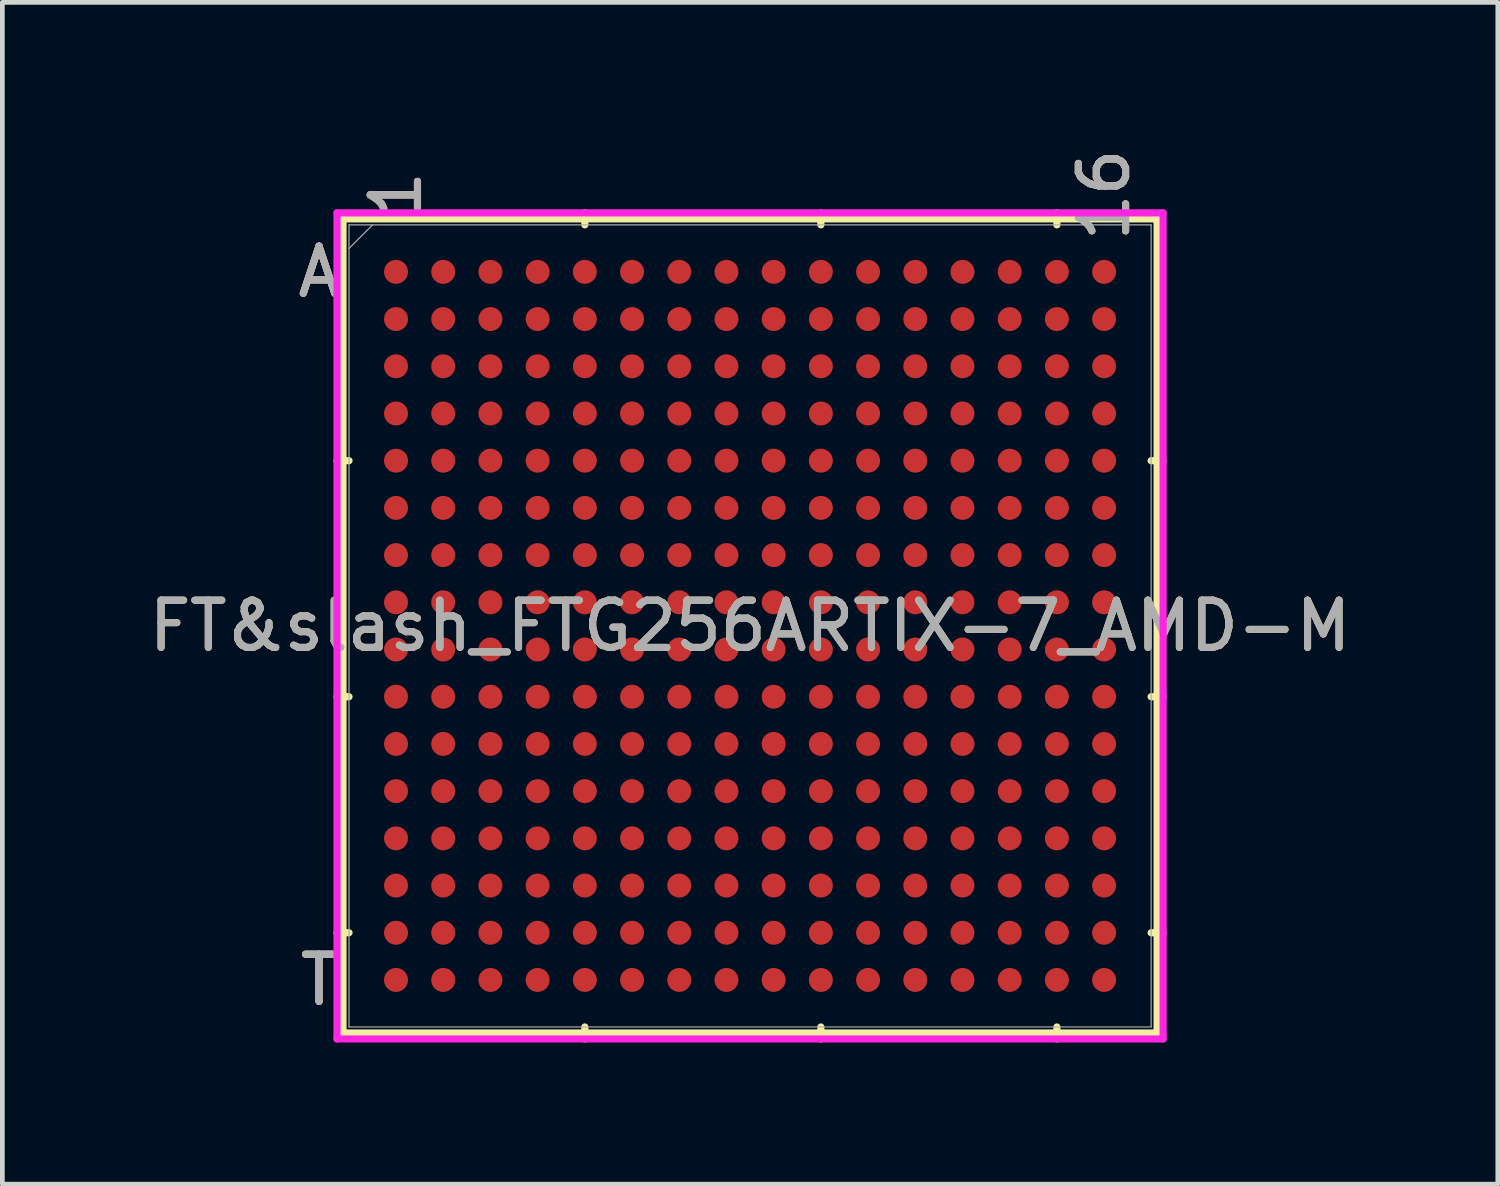
<source format=kicad_pcb>
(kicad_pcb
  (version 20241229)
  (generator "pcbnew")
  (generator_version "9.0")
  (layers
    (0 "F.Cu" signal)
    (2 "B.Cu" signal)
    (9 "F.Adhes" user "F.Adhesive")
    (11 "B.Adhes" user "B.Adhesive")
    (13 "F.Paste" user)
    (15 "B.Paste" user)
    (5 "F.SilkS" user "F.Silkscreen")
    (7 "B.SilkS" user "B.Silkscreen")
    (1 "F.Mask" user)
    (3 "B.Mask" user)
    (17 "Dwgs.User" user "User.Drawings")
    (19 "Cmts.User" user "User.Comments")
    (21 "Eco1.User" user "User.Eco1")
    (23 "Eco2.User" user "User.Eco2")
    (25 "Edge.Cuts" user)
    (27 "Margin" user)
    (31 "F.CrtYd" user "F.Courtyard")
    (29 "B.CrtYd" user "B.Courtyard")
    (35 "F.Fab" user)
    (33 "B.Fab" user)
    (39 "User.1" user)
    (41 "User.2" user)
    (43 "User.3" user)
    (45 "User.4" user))
  (footprint "FT&slash_FTG256ARTIX-7_AMD-M"
    (layer "F.Cu")
    (at 12.839 10.209)
    (property "Reference" "FT&slash_FTG256ARTIX-7_AMD-M" (at 0 0 0) (unlocked yes) (layer "F.SilkS") (effects (font (size 1 1) (thickness 0.15))))
    (attr smd)
    (fp_line (start -8.623 -8.623) (end -8.623 8.623) (stroke (width 0.152) (type solid)) (layer "F.SilkS"))
    (fp_line (start -8.623 8.623) (end 8.623 8.623) (stroke (width 0.152) (type solid)) (layer "F.SilkS"))
    (fp_line (start -8.496 -3.5) (end -8.75 -3.5) (stroke (width 0.152) (type solid)) (layer "F.SilkS"))
    (fp_line (start -8.496 1.5) (end -8.75 1.5) (stroke (width 0.152) (type solid)) (layer "F.SilkS"))
    (fp_line (start -8.496 6.5) (end -8.75 6.5) (stroke (width 0.152) (type solid)) (layer "F.SilkS"))
    (fp_line (start -3.5 -8.496) (end -3.5 -8.75) (stroke (width 0.152) (type solid)) (layer "F.SilkS"))
    (fp_line (start -3.5 8.496) (end -3.5 8.75) (stroke (width 0.152) (type solid)) (layer "F.SilkS"))
    (fp_line (start 1.5 -8.496) (end 1.5 -8.75) (stroke (width 0.152) (type solid)) (layer "F.SilkS"))
    (fp_line (start 1.5 8.496) (end 1.5 8.75) (stroke (width 0.152) (type solid)) (layer "F.SilkS"))
    (fp_line (start 6.5 -8.496) (end 6.5 -8.75) (stroke (width 0.152) (type solid)) (layer "F.SilkS"))
    (fp_line (start 6.5 8.496) (end 6.5 8.75) (stroke (width 0.152) (type solid)) (layer "F.SilkS"))
    (fp_line (start 8.496 -3.5) (end 8.75 -3.5) (stroke (width 0.152) (type solid)) (layer "F.SilkS"))
    (fp_line (start 8.496 1.5) (end 8.75 1.5) (stroke (width 0.152) (type solid)) (layer "F.SilkS"))
    (fp_line (start 8.496 6.5) (end 8.75 6.5) (stroke (width 0.152) (type solid)) (layer "F.SilkS"))
    (fp_line (start 8.623 -8.623) (end -8.623 -8.623) (stroke (width 0.152) (type solid)) (layer "F.SilkS"))
    (fp_line (start 8.623 8.623) (end 8.623 -8.623) (stroke (width 0.152) (type solid)) (layer "F.SilkS"))
    (fp_poly (pts (xy -8.508 -8.508) (xy 8.508 -8.508) (xy 8.508 8.508) (xy -8.508 8.508)) (stroke (width 0.1) (type solid)) (fill no) (layer "Eco2.User"))
    (fp_line (start -8.75 -8.75) (end 8.75 -8.75) (stroke (width 0.152) (type solid)) (layer "F.CrtYd"))
    (fp_line (start -8.75 8.75) (end -8.75 -8.75) (stroke (width 0.152) (type solid)) (layer "F.CrtYd"))
    (fp_line (start 8.75 -8.75) (end 8.75 8.75) (stroke (width 0.152) (type solid)) (layer "F.CrtYd"))
    (fp_line (start 8.75 8.75) (end -8.75 8.75) (stroke (width 0.152) (type solid)) (layer "F.CrtYd"))
    (fp_line (start -8.496 -8.496) (end -8.496 8.496) (stroke (width 0.025) (type solid)) (layer "F.Fab"))
    (fp_line (start -8.496 8.496) (end 8.496 8.496) (stroke (width 0.025) (type solid)) (layer "F.Fab"))
    (fp_line (start -7.996 -8.496) (end -8.496 -7.996) (stroke (width 0.025) (type solid)) (layer "F.Fab"))
    (fp_line (start 8.496 -8.496) (end -8.496 -8.496) (stroke (width 0.025) (type solid)) (layer "F.Fab"))
    (fp_line (start 8.496 8.496) (end 8.496 -8.496) (stroke (width 0.025) (type solid)) (layer "F.Fab"))
    (fp_text user "T" (at -9.131 7.5 0) (unlocked yes) (layer "F.SilkS") (effects (font (size 1 1) (thickness 0.15))))
    (fp_text user "1" (at -7.5 -9.131 90) (unlocked yes) (layer "F.SilkS") (effects (font (size 1 1) (thickness 0.15))))
    (fp_text user "16" (at 7.5 -9.131 90) (unlocked yes) (layer "F.SilkS") (effects (font (size 1 1) (thickness 0.15))))
    (fp_text user "A" (at -9.131 -7.5 0) (unlocked yes) (layer "F.SilkS") (effects (font (size 1 1) (thickness 0.15))))
    (fp_text user "A" (at -9.131 -7.5 0) (unlocked yes) (layer "B.SilkS") (effects (font (size 1 1) (thickness 0.15))))
    (fp_text user "T" (at -9.131 7.5 0) (unlocked yes) (layer "B.SilkS") (effects (font (size 1 1) (thickness 0.15))))
    (fp_text user "1" (at -7.5 -9.131 90) (unlocked yes) (layer "B.SilkS") (effects (font (size 1 1) (thickness 0.15))))
    (fp_text user "16" (at 7.5 -9.131 90) (unlocked yes) (layer "B.SilkS") (effects (font (size 1 1) (thickness 0.15))))
    (fp_text user "A" (at -9.131 -7.5 0) (unlocked yes) (layer "F.Fab") (effects (font (size 1 1) (thickness 0.15))))
    (fp_text user "1" (at -7.5 -9.131 90) (unlocked yes) (layer "F.Fab") (effects (font (size 1 1) (thickness 0.15))))
    (fp_text user "T" (at -9.131 7.5 0) (unlocked yes) (layer "F.Fab") (effects (font (size 1 1) (thickness 0.15))))
    (fp_text user "16" (at 7.5 -9.131 90) (unlocked yes) (layer "F.Fab") (effects (font (size 1 1) (thickness 0.15))))
    (fp_text user "${REFERENCE}" (at 0 0 0) (unlocked yes) (layer "F.Fab") (effects (font (size 1 1) (thickness 0.15))))
    (pad "A1" smd circle (at -7.5 -7.5) (size 0.508 0.508) (layers "F.Cu" "F.Mask" "F.Paste"))
    (pad "A2" smd circle (at -6.5 -7.5) (size 0.508 0.508) (layers "F.Cu" "F.Mask" "F.Paste"))
    (pad "A3" smd circle (at -5.5 -7.5) (size 0.508 0.508) (layers "F.Cu" "F.Mask" "F.Paste"))
    (pad "A4" smd circle (at -4.5 -7.5) (size 0.508 0.508) (layers "F.Cu" "F.Mask" "F.Paste"))
    (pad "A5" smd circle (at -3.5 -7.5) (size 0.508 0.508) (layers "F.Cu" "F.Mask" "F.Paste"))
    (pad "A6" smd circle (at -2.5 -7.5) (size 0.508 0.508) (layers "F.Cu" "F.Mask" "F.Paste"))
    (pad "A7" smd circle (at -1.5 -7.5) (size 0.508 0.508) (layers "F.Cu" "F.Mask" "F.Paste"))
    (pad "A8" smd circle (at -0.5 -7.5) (size 0.508 0.508) (layers "F.Cu" "F.Mask" "F.Paste"))
    (pad "A9" smd circle (at 0.5 -7.5) (size 0.508 0.508) (layers "F.Cu" "F.Mask" "F.Paste"))
    (pad "A10" smd circle (at 1.5 -7.5) (size 0.508 0.508) (layers "F.Cu" "F.Mask" "F.Paste"))
    (pad "A11" smd circle (at 2.5 -7.5) (size 0.508 0.508) (layers "F.Cu" "F.Mask" "F.Paste"))
    (pad "A12" smd circle (at 3.5 -7.5) (size 0.508 0.508) (layers "F.Cu" "F.Mask" "F.Paste"))
    (pad "A13" smd circle (at 4.5 -7.5) (size 0.508 0.508) (layers "F.Cu" "F.Mask" "F.Paste"))
    (pad "A14" smd circle (at 5.5 -7.5) (size 0.508 0.508) (layers "F.Cu" "F.Mask" "F.Paste"))
    (pad "A15" smd circle (at 6.5 -7.5) (size 0.508 0.508) (layers "F.Cu" "F.Mask" "F.Paste"))
    (pad "A16" smd circle (at 7.5 -7.5) (size 0.508 0.508) (layers "F.Cu" "F.Mask" "F.Paste"))
    (pad "B1" smd circle (at -7.5 -6.5) (size 0.508 0.508) (layers "F.Cu" "F.Mask" "F.Paste"))
    (pad "B2" smd circle (at -6.5 -6.5) (size 0.508 0.508) (layers "F.Cu" "F.Mask" "F.Paste"))
    (pad "B3" smd circle (at -5.5 -6.5) (size 0.508 0.508) (layers "F.Cu" "F.Mask" "F.Paste"))
    (pad "B4" smd circle (at -4.5 -6.5) (size 0.508 0.508) (layers "F.Cu" "F.Mask" "F.Paste"))
    (pad "B5" smd circle (at -3.5 -6.5) (size 0.508 0.508) (layers "F.Cu" "F.Mask" "F.Paste"))
    (pad "B6" smd circle (at -2.5 -6.5) (size 0.508 0.508) (layers "F.Cu" "F.Mask" "F.Paste"))
    (pad "B7" smd circle (at -1.5 -6.5) (size 0.508 0.508) (layers "F.Cu" "F.Mask" "F.Paste"))
    (pad "B8" smd circle (at -0.5 -6.5) (size 0.508 0.508) (layers "F.Cu" "F.Mask" "F.Paste"))
    (pad "B9" smd circle (at 0.5 -6.5) (size 0.508 0.508) (layers "F.Cu" "F.Mask" "F.Paste"))
    (pad "B10" smd circle (at 1.5 -6.5) (size 0.508 0.508) (layers "F.Cu" "F.Mask" "F.Paste"))
    (pad "B11" smd circle (at 2.5 -6.5) (size 0.508 0.508) (layers "F.Cu" "F.Mask" "F.Paste"))
    (pad "B12" smd circle (at 3.5 -6.5) (size 0.508 0.508) (layers "F.Cu" "F.Mask" "F.Paste"))
    (pad "B13" smd circle (at 4.5 -6.5) (size 0.508 0.508) (layers "F.Cu" "F.Mask" "F.Paste"))
    (pad "B14" smd circle (at 5.5 -6.5) (size 0.508 0.508) (layers "F.Cu" "F.Mask" "F.Paste"))
    (pad "B15" smd circle (at 6.5 -6.5) (size 0.508 0.508) (layers "F.Cu" "F.Mask" "F.Paste"))
    (pad "B16" smd circle (at 7.5 -6.5) (size 0.508 0.508) (layers "F.Cu" "F.Mask" "F.Paste"))
    (pad "C1" smd circle (at -7.5 -5.5) (size 0.508 0.508) (layers "F.Cu" "F.Mask" "F.Paste"))
    (pad "C2" smd circle (at -6.5 -5.5) (size 0.508 0.508) (layers "F.Cu" "F.Mask" "F.Paste"))
    (pad "C3" smd circle (at -5.5 -5.5) (size 0.508 0.508) (layers "F.Cu" "F.Mask" "F.Paste"))
    (pad "C4" smd circle (at -4.5 -5.5) (size 0.508 0.508) (layers "F.Cu" "F.Mask" "F.Paste"))
    (pad "C5" smd circle (at -3.5 -5.5) (size 0.508 0.508) (layers "F.Cu" "F.Mask" "F.Paste"))
    (pad "C6" smd circle (at -2.5 -5.5) (size 0.508 0.508) (layers "F.Cu" "F.Mask" "F.Paste"))
    (pad "C7" smd circle (at -1.5 -5.5) (size 0.508 0.508) (layers "F.Cu" "F.Mask" "F.Paste"))
    (pad "C8" smd circle (at -0.5 -5.5) (size 0.508 0.508) (layers "F.Cu" "F.Mask" "F.Paste"))
    (pad "C9" smd circle (at 0.5 -5.5) (size 0.508 0.508) (layers "F.Cu" "F.Mask" "F.Paste"))
    (pad "C10" smd circle (at 1.5 -5.5) (size 0.508 0.508) (layers "F.Cu" "F.Mask" "F.Paste"))
    (pad "C11" smd circle (at 2.5 -5.5) (size 0.508 0.508) (layers "F.Cu" "F.Mask" "F.Paste"))
    (pad "C12" smd circle (at 3.5 -5.5) (size 0.508 0.508) (layers "F.Cu" "F.Mask" "F.Paste"))
    (pad "C13" smd circle (at 4.5 -5.5) (size 0.508 0.508) (layers "F.Cu" "F.Mask" "F.Paste"))
    (pad "C14" smd circle (at 5.5 -5.5) (size 0.508 0.508) (layers "F.Cu" "F.Mask" "F.Paste"))
    (pad "C15" smd circle (at 6.5 -5.5) (size 0.508 0.508) (layers "F.Cu" "F.Mask" "F.Paste"))
    (pad "C16" smd circle (at 7.5 -5.5) (size 0.508 0.508) (layers "F.Cu" "F.Mask" "F.Paste"))
    (pad "D1" smd circle (at -7.5 -4.5) (size 0.508 0.508) (layers "F.Cu" "F.Mask" "F.Paste"))
    (pad "D2" smd circle (at -6.5 -4.5) (size 0.508 0.508) (layers "F.Cu" "F.Mask" "F.Paste"))
    (pad "D3" smd circle (at -5.5 -4.5) (size 0.508 0.508) (layers "F.Cu" "F.Mask" "F.Paste"))
    (pad "D4" smd circle (at -4.5 -4.5) (size 0.508 0.508) (layers "F.Cu" "F.Mask" "F.Paste"))
    (pad "D5" smd circle (at -3.5 -4.5) (size 0.508 0.508) (layers "F.Cu" "F.Mask" "F.Paste"))
    (pad "D6" smd circle (at -2.5 -4.5) (size 0.508 0.508) (layers "F.Cu" "F.Mask" "F.Paste"))
    (pad "D7" smd circle (at -1.5 -4.5) (size 0.508 0.508) (layers "F.Cu" "F.Mask" "F.Paste"))
    (pad "D8" smd circle (at -0.5 -4.5) (size 0.508 0.508) (layers "F.Cu" "F.Mask" "F.Paste"))
    (pad "D9" smd circle (at 0.5 -4.5) (size 0.508 0.508) (layers "F.Cu" "F.Mask" "F.Paste"))
    (pad "D10" smd circle (at 1.5 -4.5) (size 0.508 0.508) (layers "F.Cu" "F.Mask" "F.Paste"))
    (pad "D11" smd circle (at 2.5 -4.5) (size 0.508 0.508) (layers "F.Cu" "F.Mask" "F.Paste"))
    (pad "D12" smd circle (at 3.5 -4.5) (size 0.508 0.508) (layers "F.Cu" "F.Mask" "F.Paste"))
    (pad "D13" smd circle (at 4.5 -4.5) (size 0.508 0.508) (layers "F.Cu" "F.Mask" "F.Paste"))
    (pad "D14" smd circle (at 5.5 -4.5) (size 0.508 0.508) (layers "F.Cu" "F.Mask" "F.Paste"))
    (pad "D15" smd circle (at 6.5 -4.5) (size 0.508 0.508) (layers "F.Cu" "F.Mask" "F.Paste"))
    (pad "D16" smd circle (at 7.5 -4.5) (size 0.508 0.508) (layers "F.Cu" "F.Mask" "F.Paste"))
    (pad "E1" smd circle (at -7.5 -3.5) (size 0.508 0.508) (layers "F.Cu" "F.Mask" "F.Paste"))
    (pad "E2" smd circle (at -6.5 -3.5) (size 0.508 0.508) (layers "F.Cu" "F.Mask" "F.Paste"))
    (pad "E3" smd circle (at -5.5 -3.5) (size 0.508 0.508) (layers "F.Cu" "F.Mask" "F.Paste"))
    (pad "E4" smd circle (at -4.5 -3.5) (size 0.508 0.508) (layers "F.Cu" "F.Mask" "F.Paste"))
    (pad "E5" smd circle (at -3.5 -3.5) (size 0.508 0.508) (layers "F.Cu" "F.Mask" "F.Paste"))
    (pad "E6" smd circle (at -2.5 -3.5) (size 0.508 0.508) (layers "F.Cu" "F.Mask" "F.Paste"))
    (pad "E7" smd circle (at -1.5 -3.5) (size 0.508 0.508) (layers "F.Cu" "F.Mask" "F.Paste"))
    (pad "E8" smd circle (at -0.5 -3.5) (size 0.508 0.508) (layers "F.Cu" "F.Mask" "F.Paste"))
    (pad "E9" smd circle (at 0.5 -3.5) (size 0.508 0.508) (layers "F.Cu" "F.Mask" "F.Paste"))
    (pad "E10" smd circle (at 1.5 -3.5) (size 0.508 0.508) (layers "F.Cu" "F.Mask" "F.Paste"))
    (pad "E11" smd circle (at 2.5 -3.5) (size 0.508 0.508) (layers "F.Cu" "F.Mask" "F.Paste"))
    (pad "E12" smd circle (at 3.5 -3.5) (size 0.508 0.508) (layers "F.Cu" "F.Mask" "F.Paste"))
    (pad "E13" smd circle (at 4.5 -3.5) (size 0.508 0.508) (layers "F.Cu" "F.Mask" "F.Paste"))
    (pad "E14" smd circle (at 5.5 -3.5) (size 0.508 0.508) (layers "F.Cu" "F.Mask" "F.Paste"))
    (pad "E15" smd circle (at 6.5 -3.5) (size 0.508 0.508) (layers "F.Cu" "F.Mask" "F.Paste"))
    (pad "E16" smd circle (at 7.5 -3.5) (size 0.508 0.508) (layers "F.Cu" "F.Mask" "F.Paste"))
    (pad "F1" smd circle (at -7.5 -2.5) (size 0.508 0.508) (layers "F.Cu" "F.Mask" "F.Paste"))
    (pad "F2" smd circle (at -6.5 -2.5) (size 0.508 0.508) (layers "F.Cu" "F.Mask" "F.Paste"))
    (pad "F3" smd circle (at -5.5 -2.5) (size 0.508 0.508) (layers "F.Cu" "F.Mask" "F.Paste"))
    (pad "F4" smd circle (at -4.5 -2.5) (size 0.508 0.508) (layers "F.Cu" "F.Mask" "F.Paste"))
    (pad "F5" smd circle (at -3.5 -2.5) (size 0.508 0.508) (layers "F.Cu" "F.Mask" "F.Paste"))
    (pad "F6" smd circle (at -2.5 -2.5) (size 0.508 0.508) (layers "F.Cu" "F.Mask" "F.Paste"))
    (pad "F7" smd circle (at -1.5 -2.5) (size 0.508 0.508) (layers "F.Cu" "F.Mask" "F.Paste"))
    (pad "F8" smd circle (at -0.5 -2.5) (size 0.508 0.508) (layers "F.Cu" "F.Mask" "F.Paste"))
    (pad "F9" smd circle (at 0.5 -2.5) (size 0.508 0.508) (layers "F.Cu" "F.Mask" "F.Paste"))
    (pad "F10" smd circle (at 1.5 -2.5) (size 0.508 0.508) (layers "F.Cu" "F.Mask" "F.Paste"))
    (pad "F11" smd circle (at 2.5 -2.5) (size 0.508 0.508) (layers "F.Cu" "F.Mask" "F.Paste"))
    (pad "F12" smd circle (at 3.5 -2.5) (size 0.508 0.508) (layers "F.Cu" "F.Mask" "F.Paste"))
    (pad "F13" smd circle (at 4.5 -2.5) (size 0.508 0.508) (layers "F.Cu" "F.Mask" "F.Paste"))
    (pad "F14" smd circle (at 5.5 -2.5) (size 0.508 0.508) (layers "F.Cu" "F.Mask" "F.Paste"))
    (pad "F15" smd circle (at 6.5 -2.5) (size 0.508 0.508) (layers "F.Cu" "F.Mask" "F.Paste"))
    (pad "F16" smd circle (at 7.5 -2.5) (size 0.508 0.508) (layers "F.Cu" "F.Mask" "F.Paste"))
    (pad "G1" smd circle (at -7.5 -1.5) (size 0.508 0.508) (layers "F.Cu" "F.Mask" "F.Paste"))
    (pad "G2" smd circle (at -6.5 -1.5) (size 0.508 0.508) (layers "F.Cu" "F.Mask" "F.Paste"))
    (pad "G3" smd circle (at -5.5 -1.5) (size 0.508 0.508) (layers "F.Cu" "F.Mask" "F.Paste"))
    (pad "G4" smd circle (at -4.5 -1.5) (size 0.508 0.508) (layers "F.Cu" "F.Mask" "F.Paste"))
    (pad "G5" smd circle (at -3.5 -1.5) (size 0.508 0.508) (layers "F.Cu" "F.Mask" "F.Paste"))
    (pad "G6" smd circle (at -2.5 -1.5) (size 0.508 0.508) (layers "F.Cu" "F.Mask" "F.Paste"))
    (pad "G7" smd circle (at -1.5 -1.5) (size 0.508 0.508) (layers "F.Cu" "F.Mask" "F.Paste"))
    (pad "G8" smd circle (at -0.5 -1.5) (size 0.508 0.508) (layers "F.Cu" "F.Mask" "F.Paste"))
    (pad "G9" smd circle (at 0.5 -1.5) (size 0.508 0.508) (layers "F.Cu" "F.Mask" "F.Paste"))
    (pad "G10" smd circle (at 1.5 -1.5) (size 0.508 0.508) (layers "F.Cu" "F.Mask" "F.Paste"))
    (pad "G11" smd circle (at 2.5 -1.5) (size 0.508 0.508) (layers "F.Cu" "F.Mask" "F.Paste"))
    (pad "G12" smd circle (at 3.5 -1.5) (size 0.508 0.508) (layers "F.Cu" "F.Mask" "F.Paste"))
    (pad "G13" smd circle (at 4.5 -1.5) (size 0.508 0.508) (layers "F.Cu" "F.Mask" "F.Paste"))
    (pad "G14" smd circle (at 5.5 -1.5) (size 0.508 0.508) (layers "F.Cu" "F.Mask" "F.Paste"))
    (pad "G15" smd circle (at 6.5 -1.5) (size 0.508 0.508) (layers "F.Cu" "F.Mask" "F.Paste"))
    (pad "G16" smd circle (at 7.5 -1.5) (size 0.508 0.508) (layers "F.Cu" "F.Mask" "F.Paste"))
    (pad "H1" smd circle (at -7.5 -0.5) (size 0.508 0.508) (layers "F.Cu" "F.Mask" "F.Paste"))
    (pad "H2" smd circle (at -6.5 -0.5) (size 0.508 0.508) (layers "F.Cu" "F.Mask" "F.Paste"))
    (pad "H3" smd circle (at -5.5 -0.5) (size 0.508 0.508) (layers "F.Cu" "F.Mask" "F.Paste"))
    (pad "H4" smd circle (at -4.5 -0.5) (size 0.508 0.508) (layers "F.Cu" "F.Mask" "F.Paste"))
    (pad "H5" smd circle (at -3.5 -0.5) (size 0.508 0.508) (layers "F.Cu" "F.Mask" "F.Paste"))
    (pad "H6" smd circle (at -2.5 -0.5) (size 0.508 0.508) (layers "F.Cu" "F.Mask" "F.Paste"))
    (pad "H7" smd circle (at -1.5 -0.5) (size 0.508 0.508) (layers "F.Cu" "F.Mask" "F.Paste"))
    (pad "H8" smd circle (at -0.5 -0.5) (size 0.508 0.508) (layers "F.Cu" "F.Mask" "F.Paste"))
    (pad "H9" smd circle (at 0.5 -0.5) (size 0.508 0.508) (layers "F.Cu" "F.Mask" "F.Paste"))
    (pad "H10" smd circle (at 1.5 -0.5) (size 0.508 0.508) (layers "F.Cu" "F.Mask" "F.Paste"))
    (pad "H11" smd circle (at 2.5 -0.5) (size 0.508 0.508) (layers "F.Cu" "F.Mask" "F.Paste"))
    (pad "H12" smd circle (at 3.5 -0.5) (size 0.508 0.508) (layers "F.Cu" "F.Mask" "F.Paste"))
    (pad "H13" smd circle (at 4.5 -0.5) (size 0.508 0.508) (layers "F.Cu" "F.Mask" "F.Paste"))
    (pad "H14" smd circle (at 5.5 -0.5) (size 0.508 0.508) (layers "F.Cu" "F.Mask" "F.Paste"))
    (pad "H15" smd circle (at 6.5 -0.5) (size 0.508 0.508) (layers "F.Cu" "F.Mask" "F.Paste"))
    (pad "H16" smd circle (at 7.5 -0.5) (size 0.508 0.508) (layers "F.Cu" "F.Mask" "F.Paste"))
    (pad "J1" smd circle (at -7.5 0.5) (size 0.508 0.508) (layers "F.Cu" "F.Mask" "F.Paste"))
    (pad "J2" smd circle (at -6.5 0.5) (size 0.508 0.508) (layers "F.Cu" "F.Mask" "F.Paste"))
    (pad "J3" smd circle (at -5.5 0.5) (size 0.508 0.508) (layers "F.Cu" "F.Mask" "F.Paste"))
    (pad "J4" smd circle (at -4.5 0.5) (size 0.508 0.508) (layers "F.Cu" "F.Mask" "F.Paste"))
    (pad "J5" smd circle (at -3.5 0.5) (size 0.508 0.508) (layers "F.Cu" "F.Mask" "F.Paste"))
    (pad "J6" smd circle (at -2.5 0.5) (size 0.508 0.508) (layers "F.Cu" "F.Mask" "F.Paste"))
    (pad "J7" smd circle (at -1.5 0.5) (size 0.508 0.508) (layers "F.Cu" "F.Mask" "F.Paste"))
    (pad "J8" smd circle (at -0.5 0.5) (size 0.508 0.508) (layers "F.Cu" "F.Mask" "F.Paste"))
    (pad "J9" smd circle (at 0.5 0.5) (size 0.508 0.508) (layers "F.Cu" "F.Mask" "F.Paste"))
    (pad "J10" smd circle (at 1.5 0.5) (size 0.508 0.508) (layers "F.Cu" "F.Mask" "F.Paste"))
    (pad "J11" smd circle (at 2.5 0.5) (size 0.508 0.508) (layers "F.Cu" "F.Mask" "F.Paste"))
    (pad "J12" smd circle (at 3.5 0.5) (size 0.508 0.508) (layers "F.Cu" "F.Mask" "F.Paste"))
    (pad "J13" smd circle (at 4.5 0.5) (size 0.508 0.508) (layers "F.Cu" "F.Mask" "F.Paste"))
    (pad "J14" smd circle (at 5.5 0.5) (size 0.508 0.508) (layers "F.Cu" "F.Mask" "F.Paste"))
    (pad "J15" smd circle (at 6.5 0.5) (size 0.508 0.508) (layers "F.Cu" "F.Mask" "F.Paste"))
    (pad "J16" smd circle (at 7.5 0.5) (size 0.508 0.508) (layers "F.Cu" "F.Mask" "F.Paste"))
    (pad "K1" smd circle (at -7.5 1.5) (size 0.508 0.508) (layers "F.Cu" "F.Mask" "F.Paste"))
    (pad "K2" smd circle (at -6.5 1.5) (size 0.508 0.508) (layers "F.Cu" "F.Mask" "F.Paste"))
    (pad "K3" smd circle (at -5.5 1.5) (size 0.508 0.508) (layers "F.Cu" "F.Mask" "F.Paste"))
    (pad "K4" smd circle (at -4.5 1.5) (size 0.508 0.508) (layers "F.Cu" "F.Mask" "F.Paste"))
    (pad "K5" smd circle (at -3.5 1.5) (size 0.508 0.508) (layers "F.Cu" "F.Mask" "F.Paste"))
    (pad "K6" smd circle (at -2.5 1.5) (size 0.508 0.508) (layers "F.Cu" "F.Mask" "F.Paste"))
    (pad "K7" smd circle (at -1.5 1.5) (size 0.508 0.508) (layers "F.Cu" "F.Mask" "F.Paste"))
    (pad "K8" smd circle (at -0.5 1.5) (size 0.508 0.508) (layers "F.Cu" "F.Mask" "F.Paste"))
    (pad "K9" smd circle (at 0.5 1.5) (size 0.508 0.508) (layers "F.Cu" "F.Mask" "F.Paste"))
    (pad "K10" smd circle (at 1.5 1.5) (size 0.508 0.508) (layers "F.Cu" "F.Mask" "F.Paste"))
    (pad "K11" smd circle (at 2.5 1.5) (size 0.508 0.508) (layers "F.Cu" "F.Mask" "F.Paste"))
    (pad "K12" smd circle (at 3.5 1.5) (size 0.508 0.508) (layers "F.Cu" "F.Mask" "F.Paste"))
    (pad "K13" smd circle (at 4.5 1.5) (size 0.508 0.508) (layers "F.Cu" "F.Mask" "F.Paste"))
    (pad "K14" smd circle (at 5.5 1.5) (size 0.508 0.508) (layers "F.Cu" "F.Mask" "F.Paste"))
    (pad "K15" smd circle (at 6.5 1.5) (size 0.508 0.508) (layers "F.Cu" "F.Mask" "F.Paste"))
    (pad "K16" smd circle (at 7.5 1.5) (size 0.508 0.508) (layers "F.Cu" "F.Mask" "F.Paste"))
    (pad "L1" smd circle (at -7.5 2.5) (size 0.508 0.508) (layers "F.Cu" "F.Mask" "F.Paste"))
    (pad "L2" smd circle (at -6.5 2.5) (size 0.508 0.508) (layers "F.Cu" "F.Mask" "F.Paste"))
    (pad "L3" smd circle (at -5.5 2.5) (size 0.508 0.508) (layers "F.Cu" "F.Mask" "F.Paste"))
    (pad "L4" smd circle (at -4.5 2.5) (size 0.508 0.508) (layers "F.Cu" "F.Mask" "F.Paste"))
    (pad "L5" smd circle (at -3.5 2.5) (size 0.508 0.508) (layers "F.Cu" "F.Mask" "F.Paste"))
    (pad "L6" smd circle (at -2.5 2.5) (size 0.508 0.508) (layers "F.Cu" "F.Mask" "F.Paste"))
    (pad "L7" smd circle (at -1.5 2.5) (size 0.508 0.508) (layers "F.Cu" "F.Mask" "F.Paste"))
    (pad "L8" smd circle (at -0.5 2.5) (size 0.508 0.508) (layers "F.Cu" "F.Mask" "F.Paste"))
    (pad "L9" smd circle (at 0.5 2.5) (size 0.508 0.508) (layers "F.Cu" "F.Mask" "F.Paste"))
    (pad "L10" smd circle (at 1.5 2.5) (size 0.508 0.508) (layers "F.Cu" "F.Mask" "F.Paste"))
    (pad "L11" smd circle (at 2.5 2.5) (size 0.508 0.508) (layers "F.Cu" "F.Mask" "F.Paste"))
    (pad "L12" smd circle (at 3.5 2.5) (size 0.508 0.508) (layers "F.Cu" "F.Mask" "F.Paste"))
    (pad "L13" smd circle (at 4.5 2.5) (size 0.508 0.508) (layers "F.Cu" "F.Mask" "F.Paste"))
    (pad "L14" smd circle (at 5.5 2.5) (size 0.508 0.508) (layers "F.Cu" "F.Mask" "F.Paste"))
    (pad "L15" smd circle (at 6.5 2.5) (size 0.508 0.508) (layers "F.Cu" "F.Mask" "F.Paste"))
    (pad "L16" smd circle (at 7.5 2.5) (size 0.508 0.508) (layers "F.Cu" "F.Mask" "F.Paste"))
    (pad "M1" smd circle (at -7.5 3.5) (size 0.508 0.508) (layers "F.Cu" "F.Mask" "F.Paste"))
    (pad "M2" smd circle (at -6.5 3.5) (size 0.508 0.508) (layers "F.Cu" "F.Mask" "F.Paste"))
    (pad "M3" smd circle (at -5.5 3.5) (size 0.508 0.508) (layers "F.Cu" "F.Mask" "F.Paste"))
    (pad "M4" smd circle (at -4.5 3.5) (size 0.508 0.508) (layers "F.Cu" "F.Mask" "F.Paste"))
    (pad "M5" smd circle (at -3.5 3.5) (size 0.508 0.508) (layers "F.Cu" "F.Mask" "F.Paste"))
    (pad "M6" smd circle (at -2.5 3.5) (size 0.508 0.508) (layers "F.Cu" "F.Mask" "F.Paste"))
    (pad "M7" smd circle (at -1.5 3.5) (size 0.508 0.508) (layers "F.Cu" "F.Mask" "F.Paste"))
    (pad "M8" smd circle (at -0.5 3.5) (size 0.508 0.508) (layers "F.Cu" "F.Mask" "F.Paste"))
    (pad "M9" smd circle (at 0.5 3.5) (size 0.508 0.508) (layers "F.Cu" "F.Mask" "F.Paste"))
    (pad "M10" smd circle (at 1.5 3.5) (size 0.508 0.508) (layers "F.Cu" "F.Mask" "F.Paste"))
    (pad "M11" smd circle (at 2.5 3.5) (size 0.508 0.508) (layers "F.Cu" "F.Mask" "F.Paste"))
    (pad "M12" smd circle (at 3.5 3.5) (size 0.508 0.508) (layers "F.Cu" "F.Mask" "F.Paste"))
    (pad "M13" smd circle (at 4.5 3.5) (size 0.508 0.508) (layers "F.Cu" "F.Mask" "F.Paste"))
    (pad "M14" smd circle (at 5.5 3.5) (size 0.508 0.508) (layers "F.Cu" "F.Mask" "F.Paste"))
    (pad "M15" smd circle (at 6.5 3.5) (size 0.508 0.508) (layers "F.Cu" "F.Mask" "F.Paste"))
    (pad "M16" smd circle (at 7.5 3.5) (size 0.508 0.508) (layers "F.Cu" "F.Mask" "F.Paste"))
    (pad "N1" smd circle (at -7.5 4.5) (size 0.508 0.508) (layers "F.Cu" "F.Mask" "F.Paste"))
    (pad "N2" smd circle (at -6.5 4.5) (size 0.508 0.508) (layers "F.Cu" "F.Mask" "F.Paste"))
    (pad "N3" smd circle (at -5.5 4.5) (size 0.508 0.508) (layers "F.Cu" "F.Mask" "F.Paste"))
    (pad "N4" smd circle (at -4.5 4.5) (size 0.508 0.508) (layers "F.Cu" "F.Mask" "F.Paste"))
    (pad "N5" smd circle (at -3.5 4.5) (size 0.508 0.508) (layers "F.Cu" "F.Mask" "F.Paste"))
    (pad "N6" smd circle (at -2.5 4.5) (size 0.508 0.508) (layers "F.Cu" "F.Mask" "F.Paste"))
    (pad "N7" smd circle (at -1.5 4.5) (size 0.508 0.508) (layers "F.Cu" "F.Mask" "F.Paste"))
    (pad "N8" smd circle (at -0.5 4.5) (size 0.508 0.508) (layers "F.Cu" "F.Mask" "F.Paste"))
    (pad "N9" smd circle (at 0.5 4.5) (size 0.508 0.508) (layers "F.Cu" "F.Mask" "F.Paste"))
    (pad "N10" smd circle (at 1.5 4.5) (size 0.508 0.508) (layers "F.Cu" "F.Mask" "F.Paste"))
    (pad "N11" smd circle (at 2.5 4.5) (size 0.508 0.508) (layers "F.Cu" "F.Mask" "F.Paste"))
    (pad "N12" smd circle (at 3.5 4.5) (size 0.508 0.508) (layers "F.Cu" "F.Mask" "F.Paste"))
    (pad "N13" smd circle (at 4.5 4.5) (size 0.508 0.508) (layers "F.Cu" "F.Mask" "F.Paste"))
    (pad "N14" smd circle (at 5.5 4.5) (size 0.508 0.508) (layers "F.Cu" "F.Mask" "F.Paste"))
    (pad "N15" smd circle (at 6.5 4.5) (size 0.508 0.508) (layers "F.Cu" "F.Mask" "F.Paste"))
    (pad "N16" smd circle (at 7.5 4.5) (size 0.508 0.508) (layers "F.Cu" "F.Mask" "F.Paste"))
    (pad "P1" smd circle (at -7.5 5.5) (size 0.508 0.508) (layers "F.Cu" "F.Mask" "F.Paste"))
    (pad "P2" smd circle (at -6.5 5.5) (size 0.508 0.508) (layers "F.Cu" "F.Mask" "F.Paste"))
    (pad "P3" smd circle (at -5.5 5.5) (size 0.508 0.508) (layers "F.Cu" "F.Mask" "F.Paste"))
    (pad "P4" smd circle (at -4.5 5.5) (size 0.508 0.508) (layers "F.Cu" "F.Mask" "F.Paste"))
    (pad "P5" smd circle (at -3.5 5.5) (size 0.508 0.508) (layers "F.Cu" "F.Mask" "F.Paste"))
    (pad "P6" smd circle (at -2.5 5.5) (size 0.508 0.508) (layers "F.Cu" "F.Mask" "F.Paste"))
    (pad "P7" smd circle (at -1.5 5.5) (size 0.508 0.508) (layers "F.Cu" "F.Mask" "F.Paste"))
    (pad "P8" smd circle (at -0.5 5.5) (size 0.508 0.508) (layers "F.Cu" "F.Mask" "F.Paste"))
    (pad "P9" smd circle (at 0.5 5.5) (size 0.508 0.508) (layers "F.Cu" "F.Mask" "F.Paste"))
    (pad "P10" smd circle (at 1.5 5.5) (size 0.508 0.508) (layers "F.Cu" "F.Mask" "F.Paste"))
    (pad "P11" smd circle (at 2.5 5.5) (size 0.508 0.508) (layers "F.Cu" "F.Mask" "F.Paste"))
    (pad "P12" smd circle (at 3.5 5.5) (size 0.508 0.508) (layers "F.Cu" "F.Mask" "F.Paste"))
    (pad "P13" smd circle (at 4.5 5.5) (size 0.508 0.508) (layers "F.Cu" "F.Mask" "F.Paste"))
    (pad "P14" smd circle (at 5.5 5.5) (size 0.508 0.508) (layers "F.Cu" "F.Mask" "F.Paste"))
    (pad "P15" smd circle (at 6.5 5.5) (size 0.508 0.508) (layers "F.Cu" "F.Mask" "F.Paste"))
    (pad "P16" smd circle (at 7.5 5.5) (size 0.508 0.508) (layers "F.Cu" "F.Mask" "F.Paste"))
    (pad "R1" smd circle (at -7.5 6.5) (size 0.508 0.508) (layers "F.Cu" "F.Mask" "F.Paste"))
    (pad "R2" smd circle (at -6.5 6.5) (size 0.508 0.508) (layers "F.Cu" "F.Mask" "F.Paste"))
    (pad "R3" smd circle (at -5.5 6.5) (size 0.508 0.508) (layers "F.Cu" "F.Mask" "F.Paste"))
    (pad "R4" smd circle (at -4.5 6.5) (size 0.508 0.508) (layers "F.Cu" "F.Mask" "F.Paste"))
    (pad "R5" smd circle (at -3.5 6.5) (size 0.508 0.508) (layers "F.Cu" "F.Mask" "F.Paste"))
    (pad "R6" smd circle (at -2.5 6.5) (size 0.508 0.508) (layers "F.Cu" "F.Mask" "F.Paste"))
    (pad "R7" smd circle (at -1.5 6.5) (size 0.508 0.508) (layers "F.Cu" "F.Mask" "F.Paste"))
    (pad "R8" smd circle (at -0.5 6.5) (size 0.508 0.508) (layers "F.Cu" "F.Mask" "F.Paste"))
    (pad "R9" smd circle (at 0.5 6.5) (size 0.508 0.508) (layers "F.Cu" "F.Mask" "F.Paste"))
    (pad "R10" smd circle (at 1.5 6.5) (size 0.508 0.508) (layers "F.Cu" "F.Mask" "F.Paste"))
    (pad "R11" smd circle (at 2.5 6.5) (size 0.508 0.508) (layers "F.Cu" "F.Mask" "F.Paste"))
    (pad "R12" smd circle (at 3.5 6.5) (size 0.508 0.508) (layers "F.Cu" "F.Mask" "F.Paste"))
    (pad "R13" smd circle (at 4.5 6.5) (size 0.508 0.508) (layers "F.Cu" "F.Mask" "F.Paste"))
    (pad "R14" smd circle (at 5.5 6.5) (size 0.508 0.508) (layers "F.Cu" "F.Mask" "F.Paste"))
    (pad "R15" smd circle (at 6.5 6.5) (size 0.508 0.508) (layers "F.Cu" "F.Mask" "F.Paste"))
    (pad "R16" smd circle (at 7.5 6.5) (size 0.508 0.508) (layers "F.Cu" "F.Mask" "F.Paste"))
    (pad "T1" smd circle (at -7.5 7.5) (size 0.508 0.508) (layers "F.Cu" "F.Mask" "F.Paste"))
    (pad "T2" smd circle (at -6.5 7.5) (size 0.508 0.508) (layers "F.Cu" "F.Mask" "F.Paste"))
    (pad "T3" smd circle (at -5.5 7.5) (size 0.508 0.508) (layers "F.Cu" "F.Mask" "F.Paste"))
    (pad "T4" smd circle (at -4.5 7.5) (size 0.508 0.508) (layers "F.Cu" "F.Mask" "F.Paste"))
    (pad "T5" smd circle (at -3.5 7.5) (size 0.508 0.508) (layers "F.Cu" "F.Mask" "F.Paste"))
    (pad "T6" smd circle (at -2.5 7.5) (size 0.508 0.508) (layers "F.Cu" "F.Mask" "F.Paste"))
    (pad "T7" smd circle (at -1.5 7.5) (size 0.508 0.508) (layers "F.Cu" "F.Mask" "F.Paste"))
    (pad "T8" smd circle (at -0.5 7.5) (size 0.508 0.508) (layers "F.Cu" "F.Mask" "F.Paste"))
    (pad "T9" smd circle (at 0.5 7.5) (size 0.508 0.508) (layers "F.Cu" "F.Mask" "F.Paste"))
    (pad "T10" smd circle (at 1.5 7.5) (size 0.508 0.508) (layers "F.Cu" "F.Mask" "F.Paste"))
    (pad "T11" smd circle (at 2.5 7.5) (size 0.508 0.508) (layers "F.Cu" "F.Mask" "F.Paste"))
    (pad "T12" smd circle (at 3.5 7.5) (size 0.508 0.508) (layers "F.Cu" "F.Mask" "F.Paste"))
    (pad "T13" smd circle (at 4.5 7.5) (size 0.508 0.508) (layers "F.Cu" "F.Mask" "F.Paste"))
    (pad "T14" smd circle (at 5.5 7.5) (size 0.508 0.508) (layers "F.Cu" "F.Mask" "F.Paste"))
    (pad "T15" smd circle (at 6.5 7.5) (size 0.508 0.508) (layers "F.Cu" "F.Mask" "F.Paste"))
    (pad "T16" smd circle (at 7.5 7.5) (size 0.508 0.508) (layers "F.Cu" "F.Mask" "F.Paste")))
  (gr_rect
    (start -3 -3)
    (end 28.679 22.035)
    (stroke (width 0.1) (type default))
    (fill no)
    (layer "Edge.Cuts")))
</source>
